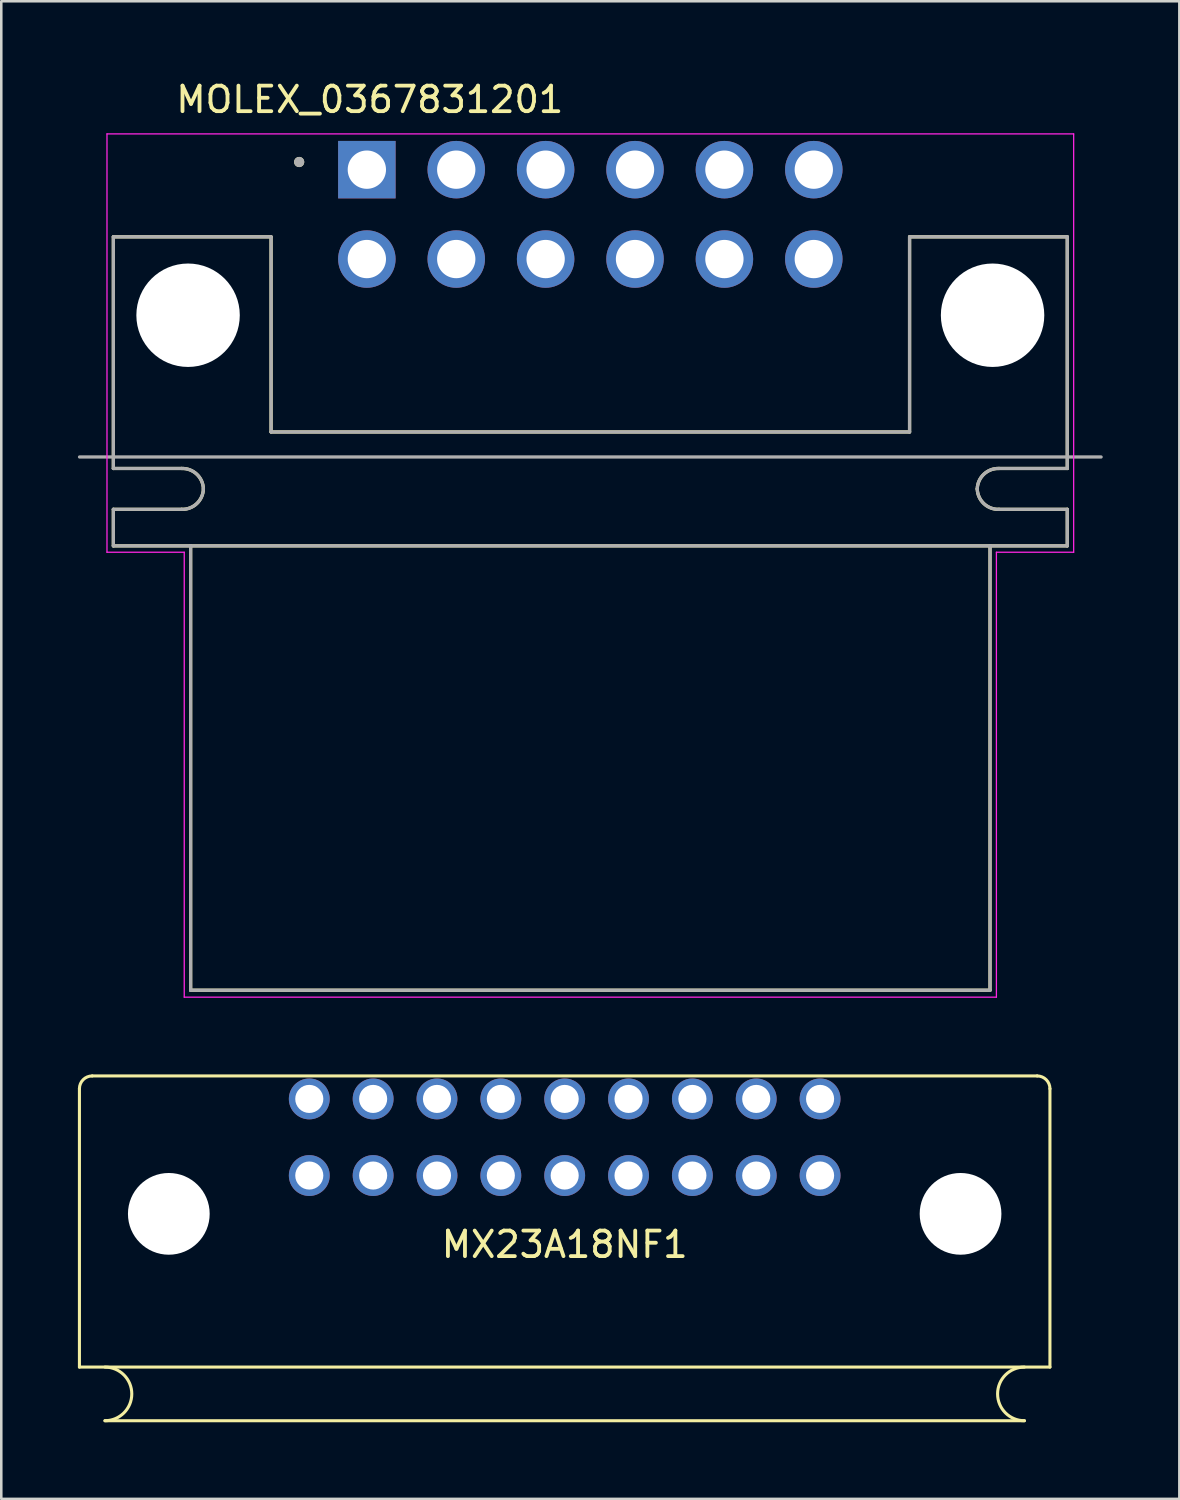
<source format=kicad_pcb>
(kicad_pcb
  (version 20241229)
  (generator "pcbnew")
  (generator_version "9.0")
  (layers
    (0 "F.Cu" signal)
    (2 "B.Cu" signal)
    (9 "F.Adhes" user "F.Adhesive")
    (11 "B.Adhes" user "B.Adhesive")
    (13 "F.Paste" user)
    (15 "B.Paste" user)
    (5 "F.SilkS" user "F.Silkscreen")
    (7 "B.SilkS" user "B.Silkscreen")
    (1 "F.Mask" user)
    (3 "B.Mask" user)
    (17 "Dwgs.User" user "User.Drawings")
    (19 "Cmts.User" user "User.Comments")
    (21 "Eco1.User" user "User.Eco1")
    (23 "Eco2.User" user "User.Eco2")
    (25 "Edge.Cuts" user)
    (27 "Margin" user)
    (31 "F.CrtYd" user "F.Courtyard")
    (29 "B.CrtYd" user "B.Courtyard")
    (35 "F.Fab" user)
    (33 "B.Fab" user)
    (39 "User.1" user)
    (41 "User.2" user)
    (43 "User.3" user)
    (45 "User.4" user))
  (footprint "MOLEX_0367831201"
    (layer "F.Cu")
    (at 20.064 9.293)
    (property "Reference" "MOLEX_0367831201" (at -8.635 -8.445 0) (layer "F.SilkS") (effects (font (size 1 1) (thickness 0.15))))
    (attr through_hole)
    (fp_line (start -18.675 -3.07) (end -12.5 -3.07) (stroke (width 0.127) (type solid)) (layer "F.SilkS"))
    (fp_line (start -18.675 6) (end -18.675 -3.07) (stroke (width 0.127) (type solid)) (layer "F.SilkS"))
    (fp_line (start -18.675 7.6) (end -16 7.6) (stroke (width 0.127) (type solid)) (layer "F.SilkS"))
    (fp_line (start -18.675 9.03) (end -18.675 7.6) (stroke (width 0.127) (type solid)) (layer "F.SilkS"))
    (fp_line (start -16 6) (end -18.675 6) (stroke (width 0.127) (type solid)) (layer "F.SilkS"))
    (fp_line (start -15.65 9.03) (end -18.675 9.03) (stroke (width 0.127) (type solid)) (layer "F.SilkS"))
    (fp_line (start -15.65 9.03) (end -15.65 26.43) (stroke (width 0.127) (type solid)) (layer "F.SilkS"))
    (fp_line (start -15.65 26.43) (end 15.65 26.43) (stroke (width 0.127) (type solid)) (layer "F.SilkS"))
    (fp_line (start -12.5 -3.07) (end -12.5 4.57) (stroke (width 0.127) (type solid)) (layer "F.SilkS"))
    (fp_line (start -12.5 4.57) (end 12.5 4.57) (stroke (width 0.127) (type solid)) (layer "F.SilkS"))
    (fp_line (start 12.5 -3.07) (end 18.675 -3.07) (stroke (width 0.127) (type solid)) (layer "F.SilkS"))
    (fp_line (start 12.5 4.57) (end 12.5 -3.07) (stroke (width 0.127) (type solid)) (layer "F.SilkS"))
    (fp_line (start 15.65 9.03) (end -15.65 9.03) (stroke (width 0.127) (type solid)) (layer "F.SilkS"))
    (fp_line (start 15.65 26.43) (end 15.65 9.03) (stroke (width 0.127) (type solid)) (layer "F.SilkS"))
    (fp_line (start 16 7.6) (end 18.675 7.6) (stroke (width 0.127) (type solid)) (layer "F.SilkS"))
    (fp_line (start 18.675 -3.07) (end 18.675 6) (stroke (width 0.127) (type solid)) (layer "F.SilkS"))
    (fp_line (start 18.675 6) (end 16 6) (stroke (width 0.127) (type solid)) (layer "F.SilkS"))
    (fp_line (start 18.675 7.6) (end 18.675 9.03) (stroke (width 0.127) (type solid)) (layer "F.SilkS"))
    (fp_line (start 18.675 9.03) (end 15.65 9.03) (stroke (width 0.127) (type solid)) (layer "F.SilkS"))
    (fp_arc (start -16 6) (mid -15.409315 6.223959) (end -15.15 6.8) (stroke (width 0.127) (type solid)) (layer "F.SilkS"))
    (fp_arc (start -15.15 6.8) (mid -15.409315 7.376041) (end -16 7.6) (stroke (width 0.127) (type solid)) (layer "F.SilkS"))
    (fp_arc (start 15.15 6.8) (mid 15.409315 6.223959) (end 16 6) (stroke (width 0.127) (type solid)) (layer "F.SilkS"))
    (fp_arc (start 16 7.6) (mid 15.409315 7.376041) (end 15.15 6.8) (stroke (width 0.127) (type solid)) (layer "F.SilkS"))
    (fp_circle (center -11.4 -6) (end -11.3 -6) (stroke (width 0.2) (type solid)) (fill no) (layer "F.SilkS"))
    (fp_line (start -18.925 -7.1) (end 18.925 -7.1) (stroke (width 0.05) (type solid)) (layer "F.CrtYd"))
    (fp_line (start -18.925 9.28) (end -18.925 -7.1) (stroke (width 0.05) (type solid)) (layer "F.CrtYd"))
    (fp_line (start -15.9 9.28) (end -18.925 9.28) (stroke (width 0.05) (type solid)) (layer "F.CrtYd"))
    (fp_line (start -15.9 26.7) (end -15.9 9.28) (stroke (width 0.05) (type solid)) (layer "F.CrtYd"))
    (fp_line (start 15.9 9.28) (end 15.9 26.7) (stroke (width 0.05) (type solid)) (layer "F.CrtYd"))
    (fp_line (start 15.9 26.7) (end -15.9 26.7) (stroke (width 0.05) (type solid)) (layer "F.CrtYd"))
    (fp_line (start 18.925 -7.1) (end 18.925 9.28) (stroke (width 0.05) (type solid)) (layer "F.CrtYd"))
    (fp_line (start 18.925 9.28) (end 15.9 9.28) (stroke (width 0.05) (type solid)) (layer "F.CrtYd"))
    (fp_line (start -18.675 -3.07) (end -12.5 -3.07) (stroke (width 0.127) (type solid)) (layer "F.Fab"))
    (fp_line (start -18.675 6) (end -18.675 -3.07) (stroke (width 0.127) (type solid)) (layer "F.Fab"))
    (fp_line (start -18.675 7.6) (end -16 7.6) (stroke (width 0.127) (type solid)) (layer "F.Fab"))
    (fp_line (start -18.675 9.03) (end -18.675 7.6) (stroke (width 0.127) (type solid)) (layer "F.Fab"))
    (fp_line (start -16 6) (end -18.675 6) (stroke (width 0.127) (type solid)) (layer "F.Fab"))
    (fp_line (start -15.65 9.03) (end -18.675 9.03) (stroke (width 0.127) (type solid)) (layer "F.Fab"))
    (fp_line (start -15.65 9.03) (end -15.65 26.43) (stroke (width 0.127) (type solid)) (layer "F.Fab"))
    (fp_line (start -15.65 26.43) (end 15.65 26.43) (stroke (width 0.127) (type solid)) (layer "F.Fab"))
    (fp_line (start -12.5 -3.07) (end -12.5 4.57) (stroke (width 0.127) (type solid)) (layer "F.Fab"))
    (fp_line (start -12.5 4.57) (end 12.5 4.57) (stroke (width 0.127) (type solid)) (layer "F.Fab"))
    (fp_line (start 12.5 -3.07) (end 18.675 -3.07) (stroke (width 0.127) (type solid)) (layer "F.Fab"))
    (fp_line (start 12.5 4.57) (end 12.5 -3.07) (stroke (width 0.127) (type solid)) (layer "F.Fab"))
    (fp_line (start 15.65 9.03) (end -15.65 9.03) (stroke (width 0.127) (type solid)) (layer "F.Fab"))
    (fp_line (start 15.65 26.43) (end 15.65 9.03) (stroke (width 0.127) (type solid)) (layer "F.Fab"))
    (fp_line (start 16 7.6) (end 18.675 7.6) (stroke (width 0.127) (type solid)) (layer "F.Fab"))
    (fp_line (start 18.675 -3.07) (end 18.675 6) (stroke (width 0.127) (type solid)) (layer "F.Fab"))
    (fp_line (start 18.675 6) (end 16 6) (stroke (width 0.127) (type solid)) (layer "F.Fab"))
    (fp_line (start 18.675 7.6) (end 18.675 9.03) (stroke (width 0.127) (type solid)) (layer "F.Fab"))
    (fp_line (start 18.675 9.03) (end 15.65 9.03) (stroke (width 0.127) (type solid)) (layer "F.Fab"))
    (fp_line (start 20 5.55) (end -20 5.55) (stroke (width 0.127) (type solid)) (layer "F.Fab"))
    (fp_arc (start -16 6) (mid -15.409315 6.223959) (end -15.15 6.8) (stroke (width 0.127) (type solid)) (layer "F.Fab"))
    (fp_arc (start -15.15 6.8) (mid -15.409315 7.376041) (end -16 7.6) (stroke (width 0.127) (type solid)) (layer "F.Fab"))
    (fp_arc (start 15.15 6.8) (mid 15.409315 6.223959) (end 16 6) (stroke (width 0.127) (type solid)) (layer "F.Fab"))
    (fp_arc (start 16 7.6) (mid 15.409315 7.376041) (end 15.15 6.8) (stroke (width 0.127) (type solid)) (layer "F.Fab"))
    (fp_circle (center -11.4 -6) (end -11.3 -6) (stroke (width 0.2) (type solid)) (fill no) (layer "F.Fab"))
    (pad "" np_thru_hole circle (at -15.75 0) (size 4.05 4.05) (drill 4.05) (layers "*.Cu" "*.Mask"))
    (pad "" np_thru_hole circle (at 15.75 0) (size 4.05 4.05) (drill 4.05) (layers "*.Cu" "*.Mask"))
    (pad "1" thru_hole rect (at -8.75 -5.7) (size 2.25 2.25) (drill 1.5) (layers "*.Cu" "*.Mask"))
    (pad "2" thru_hole circle (at -5.25 -5.7) (size 2.25 2.25) (drill 1.5) (layers "*.Cu" "*.Mask"))
    (pad "3" thru_hole circle (at -1.75 -5.7) (size 2.25 2.25) (drill 1.5) (layers "*.Cu" "*.Mask"))
    (pad "4" thru_hole circle (at 1.75 -5.7) (size 2.25 2.25) (drill 1.5) (layers "*.Cu" "*.Mask"))
    (pad "5" thru_hole circle (at 5.25 -5.7) (size 2.25 2.25) (drill 1.5) (layers "*.Cu" "*.Mask"))
    (pad "6" thru_hole circle (at 8.75 -5.7) (size 2.25 2.25) (drill 1.5) (layers "*.Cu" "*.Mask"))
    (pad "7" thru_hole circle (at -8.75 -2.2) (size 2.25 2.25) (drill 1.5) (layers "*.Cu" "*.Mask"))
    (pad "8" thru_hole circle (at -5.25 -2.2) (size 2.25 2.25) (drill 1.5) (layers "*.Cu" "*.Mask"))
    (pad "9" thru_hole circle (at -1.75 -2.2) (size 2.25 2.25) (drill 1.5) (layers "*.Cu" "*.Mask"))
    (pad "10" thru_hole circle (at 1.75 -2.2) (size 2.25 2.25) (drill 1.5) (layers "*.Cu" "*.Mask"))
    (pad "11" thru_hole circle (at 5.25 -2.2) (size 2.25 2.25) (drill 1.5) (layers "*.Cu" "*.Mask"))
    (pad "12" thru_hole circle (at 8.75 -2.2) (size 2.25 2.25) (drill 1.5) (layers "*.Cu" "*.Mask")))
  (footprint "MX23A18NF1"
    (layer "F.Cu")
    (at 19.06 39.978)
    (property "Reference" "MX23A18NF1" (at 0 5.7 0) (layer "F.SilkS") (effects (font (size 1 1) (thickness 0.15))))
    (attr through_hole)
    (fp_line (start -19 -0.4) (end -19 10.5) (stroke (width 0.12) (type solid)) (layer "F.SilkS"))
    (fp_line (start -19 10.5) (end 19 10.5) (stroke (width 0.12) (type solid)) (layer "F.SilkS"))
    (fp_line (start -18 12.6) (end 18 12.6) (stroke (width 0.12) (type solid)) (layer "F.SilkS"))
    (fp_line (start 18.5 -0.9) (end -18.5 -0.9) (stroke (width 0.12) (type solid)) (layer "F.SilkS"))
    (fp_line (start 19 10.5) (end 19 -0.4) (stroke (width 0.12) (type solid)) (layer "F.SilkS"))
    (fp_arc (start -19 -0.4) (mid -18.853553 -0.753553) (end -18.5 -0.9) (stroke (width 0.12) (type solid)) (layer "F.SilkS"))
    (fp_arc (start -18 10.5) (mid -16.95 11.55) (end -18 12.6) (stroke (width 0.12) (type solid)) (layer "F.SilkS"))
    (fp_arc (start 18 12.6) (mid 16.95 11.55) (end 18 10.5) (stroke (width 0.12) (type solid)) (layer "F.SilkS"))
    (fp_arc (start 18.5 -0.9) (mid 18.853553 -0.753553) (end 19 -0.4) (stroke (width 0.12) (type solid)) (layer "F.SilkS"))
    (pad "" np_thru_hole circle (at -15.5 4.5) (size 3.2 3.2) (drill 3.2) (layers "*.Cu" "*.Mask"))
    (pad "" np_thru_hole circle (at 15.5 4.5) (size 3.2 3.2) (drill 3.2) (layers "*.Cu" "*.Mask"))
    (pad "1" thru_hole circle (at 10 0) (size 1.6 1.6) (drill 1.1) (layers "*.Cu" "*.Mask"))
    (pad "2" thru_hole circle (at 7.5 0) (size 1.6 1.6) (drill 1.1) (layers "*.Cu" "*.Mask"))
    (pad "3" thru_hole circle (at 5 0) (size 1.6 1.6) (drill 1.1) (layers "*.Cu" "*.Mask"))
    (pad "4" thru_hole circle (at 2.5 0) (size 1.6 1.6) (drill 1.1) (layers "*.Cu" "*.Mask"))
    (pad "5" thru_hole circle (at 0 0) (size 1.6 1.6) (drill 1.1) (layers "*.Cu" "*.Mask"))
    (pad "6" thru_hole circle (at -2.5 0) (size 1.6 1.6) (drill 1.1) (layers "*.Cu" "*.Mask"))
    (pad "7" thru_hole circle (at -5 0) (size 1.6 1.6) (drill 1.1) (layers "*.Cu" "*.Mask"))
    (pad "8" thru_hole circle (at -7.5 0) (size 1.6 1.6) (drill 1.1) (layers "*.Cu" "*.Mask"))
    (pad "9" thru_hole circle (at -10 0) (size 1.6 1.6) (drill 1.1) (layers "*.Cu" "*.Mask"))
    (pad "10" thru_hole circle (at 10 3) (size 1.6 1.6) (drill 1.1) (layers "*.Cu" "*.Mask"))
    (pad "11" thru_hole circle (at 7.5 3) (size 1.6 1.6) (drill 1.1) (layers "*.Cu" "*.Mask"))
    (pad "12" thru_hole circle (at 5 3) (size 1.6 1.6) (drill 1.1) (layers "*.Cu" "*.Mask"))
    (pad "13" thru_hole circle (at 2.5 3) (size 1.6 1.6) (drill 1.1) (layers "*.Cu" "*.Mask"))
    (pad "14" thru_hole circle (at 0 3) (size 1.6 1.6) (drill 1.1) (layers "*.Cu" "*.Mask"))
    (pad "15" thru_hole circle (at -2.5 3) (size 1.6 1.6) (drill 1.1) (layers "*.Cu" "*.Mask"))
    (pad "16" thru_hole circle (at -5 3) (size 1.6 1.6) (drill 1.1) (layers "*.Cu" "*.Mask"))
    (pad "17" thru_hole circle (at -7.5 3) (size 1.6 1.6) (drill 1.1) (layers "*.Cu" "*.Mask"))
    (pad "18" thru_hole circle (at -10 3) (size 1.6 1.6) (drill 1.1) (layers "*.Cu" "*.Mask")))
  (gr_rect
    (start -3 -3)
    (end 43.127 55.638)
    (stroke (width 0.1) (type default))
    (fill no)
    (layer "Edge.Cuts")))
</source>
